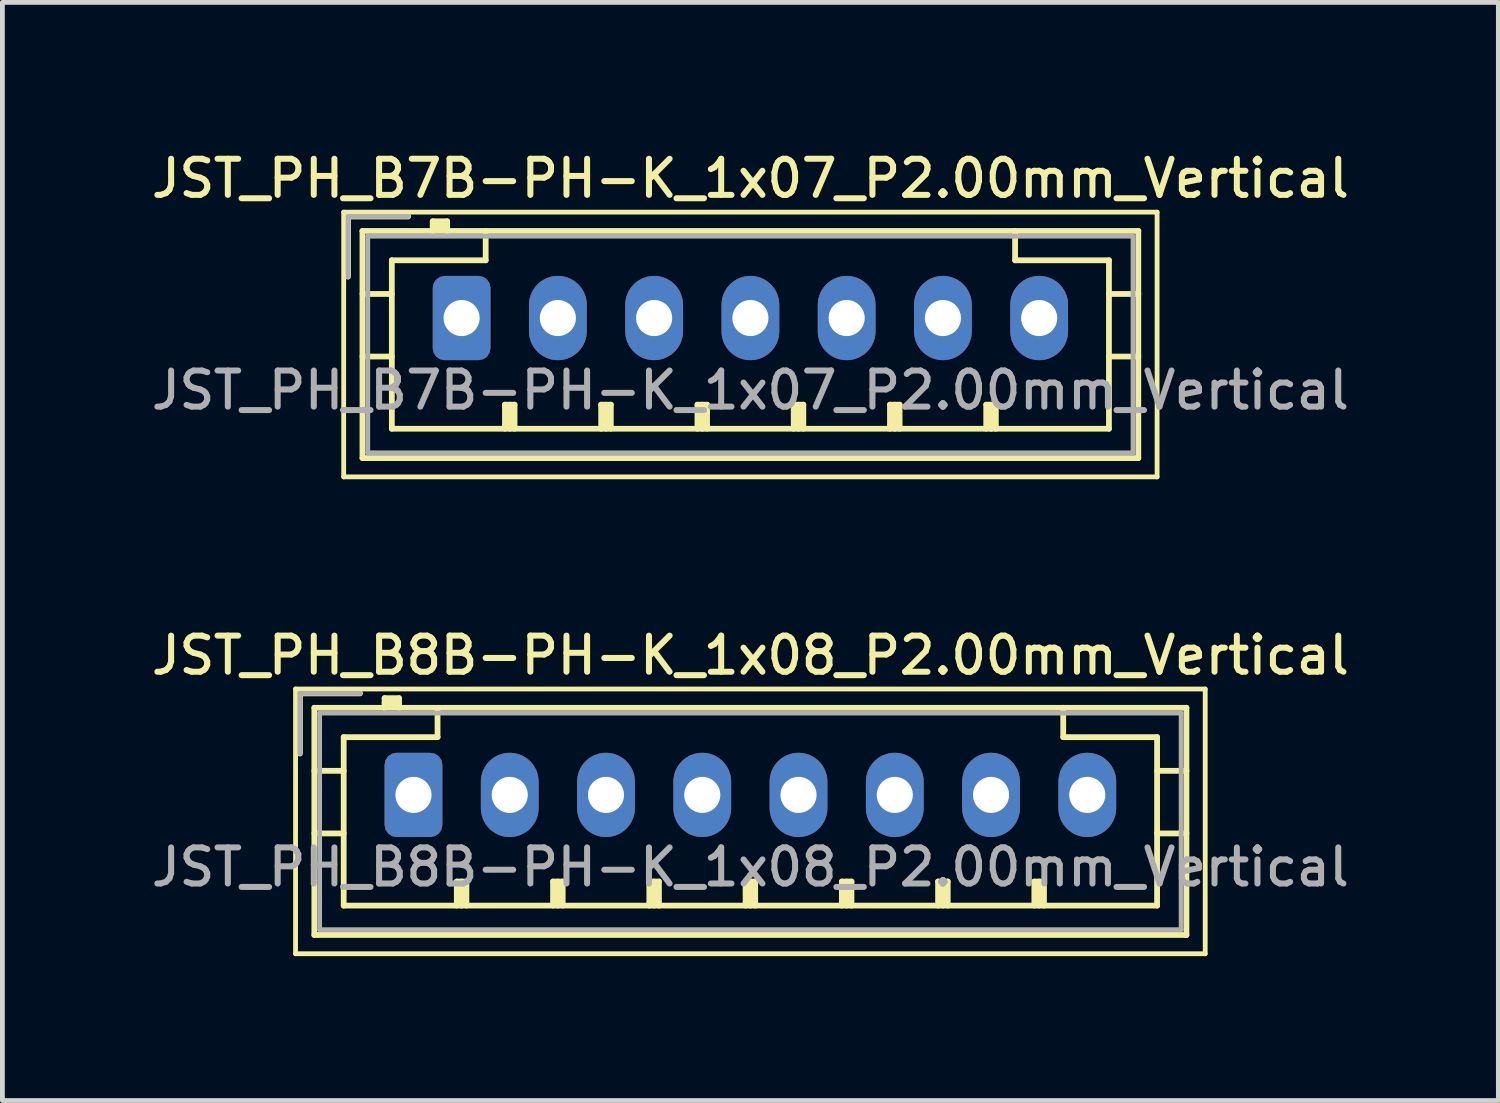
<source format=kicad_pcb>
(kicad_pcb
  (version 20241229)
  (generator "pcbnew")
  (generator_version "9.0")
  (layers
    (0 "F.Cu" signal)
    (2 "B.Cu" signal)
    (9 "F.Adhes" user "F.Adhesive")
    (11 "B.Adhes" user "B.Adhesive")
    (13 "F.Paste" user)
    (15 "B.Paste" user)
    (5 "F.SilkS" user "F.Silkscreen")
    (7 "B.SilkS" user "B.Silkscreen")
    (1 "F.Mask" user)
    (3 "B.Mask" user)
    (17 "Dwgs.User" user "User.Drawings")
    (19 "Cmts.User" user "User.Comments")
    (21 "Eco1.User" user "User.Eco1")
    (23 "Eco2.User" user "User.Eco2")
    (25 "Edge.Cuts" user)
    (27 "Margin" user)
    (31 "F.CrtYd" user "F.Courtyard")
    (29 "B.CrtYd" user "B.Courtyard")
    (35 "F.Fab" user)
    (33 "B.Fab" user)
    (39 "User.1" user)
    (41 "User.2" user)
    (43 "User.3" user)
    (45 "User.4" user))
  (footprint "JST_PH_B8B-PH-K_1x08_P2.00mm_Vertical"
    (layer "F.Cu")
    (at 5.541 13.466)
    (property "Reference" "JST_PH_B8B-PH-K_1x08_P2.00mm_Vertical" (at 7 -2.9 0) (layer "F.SilkS") (effects (font (size 0.75 0.75) (thickness 0.125))))
    (attr through_hole)
    (fp_line (start -2.45 -2.2) (end -2.45 3.3) (stroke (width 0.1) (type solid)) (layer "F.SilkS"))
    (fp_line (start -2.45 3.3) (end 16.45 3.3) (stroke (width 0.1) (type solid)) (layer "F.SilkS"))
    (fp_line (start -2.36 -2.11) (end -2.36 -0.86) (stroke (width 0.12) (type solid)) (layer "F.SilkS"))
    (fp_line (start -2.06 -1.81) (end -2.06 2.91) (stroke (width 0.12) (type solid)) (layer "F.SilkS"))
    (fp_line (start -2.06 -0.5) (end -1.45 -0.5) (stroke (width 0.12) (type solid)) (layer "F.SilkS"))
    (fp_line (start -2.06 0.8) (end -1.45 0.8) (stroke (width 0.12) (type solid)) (layer "F.SilkS"))
    (fp_line (start -2.06 2.91) (end 16.06 2.91) (stroke (width 0.12) (type solid)) (layer "F.SilkS"))
    (fp_line (start -1.45 -1.2) (end -1.45 2.3) (stroke (width 0.12) (type solid)) (layer "F.SilkS"))
    (fp_line (start -1.45 2.3) (end 15.45 2.3) (stroke (width 0.12) (type solid)) (layer "F.SilkS"))
    (fp_line (start -1.11 -2.11) (end -2.36 -2.11) (stroke (width 0.12) (type solid)) (layer "F.SilkS"))
    (fp_line (start -0.6 -2.01) (end -0.6 -1.81) (stroke (width 0.12) (type solid)) (layer "F.SilkS"))
    (fp_line (start -0.3 -2.01) (end -0.6 -2.01) (stroke (width 0.12) (type solid)) (layer "F.SilkS"))
    (fp_line (start -0.3 -1.91) (end -0.6 -1.91) (stroke (width 0.12) (type solid)) (layer "F.SilkS"))
    (fp_line (start -0.3 -1.81) (end -0.3 -2.01) (stroke (width 0.12) (type solid)) (layer "F.SilkS"))
    (fp_line (start 0.5 -1.81) (end 0.5 -1.2) (stroke (width 0.12) (type solid)) (layer "F.SilkS"))
    (fp_line (start 0.5 -1.2) (end -1.45 -1.2) (stroke (width 0.12) (type solid)) (layer "F.SilkS"))
    (fp_line (start 0.9 1.8) (end 1.1 1.8) (stroke (width 0.12) (type solid)) (layer "F.SilkS"))
    (fp_line (start 0.9 2.3) (end 0.9 1.8) (stroke (width 0.12) (type solid)) (layer "F.SilkS"))
    (fp_line (start 1 2.3) (end 1 1.8) (stroke (width 0.12) (type solid)) (layer "F.SilkS"))
    (fp_line (start 1.1 1.8) (end 1.1 2.3) (stroke (width 0.12) (type solid)) (layer "F.SilkS"))
    (fp_line (start 2.9 1.8) (end 3.1 1.8) (stroke (width 0.12) (type solid)) (layer "F.SilkS"))
    (fp_line (start 2.9 2.3) (end 2.9 1.8) (stroke (width 0.12) (type solid)) (layer "F.SilkS"))
    (fp_line (start 3 2.3) (end 3 1.8) (stroke (width 0.12) (type solid)) (layer "F.SilkS"))
    (fp_line (start 3.1 1.8) (end 3.1 2.3) (stroke (width 0.12) (type solid)) (layer "F.SilkS"))
    (fp_line (start 4.9 1.8) (end 5.1 1.8) (stroke (width 0.12) (type solid)) (layer "F.SilkS"))
    (fp_line (start 4.9 2.3) (end 4.9 1.8) (stroke (width 0.12) (type solid)) (layer "F.SilkS"))
    (fp_line (start 5 2.3) (end 5 1.8) (stroke (width 0.12) (type solid)) (layer "F.SilkS"))
    (fp_line (start 5.1 1.8) (end 5.1 2.3) (stroke (width 0.12) (type solid)) (layer "F.SilkS"))
    (fp_line (start 6.9 1.8) (end 7.1 1.8) (stroke (width 0.12) (type solid)) (layer "F.SilkS"))
    (fp_line (start 6.9 2.3) (end 6.9 1.8) (stroke (width 0.12) (type solid)) (layer "F.SilkS"))
    (fp_line (start 7 2.3) (end 7 1.8) (stroke (width 0.12) (type solid)) (layer "F.SilkS"))
    (fp_line (start 7.1 1.8) (end 7.1 2.3) (stroke (width 0.12) (type solid)) (layer "F.SilkS"))
    (fp_line (start 8.9 1.8) (end 9.1 1.8) (stroke (width 0.12) (type solid)) (layer "F.SilkS"))
    (fp_line (start 8.9 2.3) (end 8.9 1.8) (stroke (width 0.12) (type solid)) (layer "F.SilkS"))
    (fp_line (start 9 2.3) (end 9 1.8) (stroke (width 0.12) (type solid)) (layer "F.SilkS"))
    (fp_line (start 9.1 1.8) (end 9.1 2.3) (stroke (width 0.12) (type solid)) (layer "F.SilkS"))
    (fp_line (start 10.9 1.8) (end 11.1 1.8) (stroke (width 0.12) (type solid)) (layer "F.SilkS"))
    (fp_line (start 10.9 2.3) (end 10.9 1.8) (stroke (width 0.12) (type solid)) (layer "F.SilkS"))
    (fp_line (start 11 2.3) (end 11 1.8) (stroke (width 0.12) (type solid)) (layer "F.SilkS"))
    (fp_line (start 11.1 1.8) (end 11.1 2.3) (stroke (width 0.12) (type solid)) (layer "F.SilkS"))
    (fp_line (start 12.9 1.8) (end 13.1 1.8) (stroke (width 0.12) (type solid)) (layer "F.SilkS"))
    (fp_line (start 12.9 2.3) (end 12.9 1.8) (stroke (width 0.12) (type solid)) (layer "F.SilkS"))
    (fp_line (start 13 2.3) (end 13 1.8) (stroke (width 0.12) (type solid)) (layer "F.SilkS"))
    (fp_line (start 13.1 1.8) (end 13.1 2.3) (stroke (width 0.12) (type solid)) (layer "F.SilkS"))
    (fp_line (start 13.5 -1.2) (end 13.5 -1.81) (stroke (width 0.12) (type solid)) (layer "F.SilkS"))
    (fp_line (start 15.45 -1.2) (end 13.5 -1.2) (stroke (width 0.12) (type solid)) (layer "F.SilkS"))
    (fp_line (start 15.45 2.3) (end 15.45 -1.2) (stroke (width 0.12) (type solid)) (layer "F.SilkS"))
    (fp_line (start 16.06 -1.81) (end -2.06 -1.81) (stroke (width 0.12) (type solid)) (layer "F.SilkS"))
    (fp_line (start 16.06 -0.5) (end 15.45 -0.5) (stroke (width 0.12) (type solid)) (layer "F.SilkS"))
    (fp_line (start 16.06 0.8) (end 15.45 0.8) (stroke (width 0.12) (type solid)) (layer "F.SilkS"))
    (fp_line (start 16.06 2.91) (end 16.06 -1.81) (stroke (width 0.12) (type solid)) (layer "F.SilkS"))
    (fp_line (start 16.45 -2.2) (end -2.45 -2.2) (stroke (width 0.1) (type solid)) (layer "F.SilkS"))
    (fp_line (start 16.45 3.3) (end 16.45 -2.2) (stroke (width 0.1) (type solid)) (layer "F.SilkS"))
    (fp_line (start -2.36 -2.11) (end -2.36 -0.86) (stroke (width 0.1) (type solid)) (layer "F.Fab"))
    (fp_line (start -1.95 -1.7) (end -1.95 2.8) (stroke (width 0.1) (type solid)) (layer "F.Fab"))
    (fp_line (start -1.95 2.8) (end 15.95 2.8) (stroke (width 0.1) (type solid)) (layer "F.Fab"))
    (fp_line (start -1.11 -2.11) (end -2.36 -2.11) (stroke (width 0.1) (type solid)) (layer "F.Fab"))
    (fp_line (start 15.95 -1.7) (end -1.95 -1.7) (stroke (width 0.1) (type solid)) (layer "F.Fab"))
    (fp_line (start 15.95 2.8) (end 15.95 -1.7) (stroke (width 0.1) (type solid)) (layer "F.Fab"))
    (fp_text user "${REFERENCE}" (at 7 1.5 0) (layer "F.Fab") (effects (font (size 0.75 0.75) (thickness 0.125))))
    (pad "1" thru_hole roundrect (at 0 0) (size 1.2 1.75) (drill 0.75) (layers "*.Cu" "*.Mask") (roundrect_rratio 0.208))
    (pad "2" thru_hole oval (at 2 0) (size 1.2 1.75) (drill 0.75) (layers "*.Cu" "*.Mask"))
    (pad "3" thru_hole oval (at 4 0) (size 1.2 1.75) (drill 0.75) (layers "*.Cu" "*.Mask"))
    (pad "4" thru_hole oval (at 6 0) (size 1.2 1.75) (drill 0.75) (layers "*.Cu" "*.Mask"))
    (pad "5" thru_hole oval (at 8 0) (size 1.2 1.75) (drill 0.75) (layers "*.Cu" "*.Mask"))
    (pad "6" thru_hole oval (at 10 0) (size 1.2 1.75) (drill 0.75) (layers "*.Cu" "*.Mask"))
    (pad "7" thru_hole oval (at 12 0) (size 1.2 1.75) (drill 0.75) (layers "*.Cu" "*.Mask"))
    (pad "8" thru_hole oval (at 14 0) (size 1.2 1.75) (drill 0.75) (layers "*.Cu" "*.Mask")))
  (footprint "JST_PH_B7B-PH-K_1x07_P2.00mm_Vertical"
    (layer "F.Cu")
    (at 6.541 3.558)
    (property "Reference" "JST_PH_B7B-PH-K_1x07_P2.00mm_Vertical" (at 6 -2.9 0) (layer "F.SilkS") (effects (font (size 0.75 0.75) (thickness 0.125))))
    (attr through_hole)
    (fp_line (start -2.45 -2.2) (end -2.45 3.3) (stroke (width 0.1) (type solid)) (layer "F.SilkS"))
    (fp_line (start -2.45 3.3) (end 14.45 3.3) (stroke (width 0.1) (type solid)) (layer "F.SilkS"))
    (fp_line (start -2.36 -2.11) (end -2.36 -0.86) (stroke (width 0.12) (type solid)) (layer "F.SilkS"))
    (fp_line (start -2.06 -1.81) (end -2.06 2.91) (stroke (width 0.12) (type solid)) (layer "F.SilkS"))
    (fp_line (start -2.06 -0.5) (end -1.45 -0.5) (stroke (width 0.12) (type solid)) (layer "F.SilkS"))
    (fp_line (start -2.06 0.8) (end -1.45 0.8) (stroke (width 0.12) (type solid)) (layer "F.SilkS"))
    (fp_line (start -2.06 2.91) (end 14.06 2.91) (stroke (width 0.12) (type solid)) (layer "F.SilkS"))
    (fp_line (start -1.45 -1.2) (end -1.45 2.3) (stroke (width 0.12) (type solid)) (layer "F.SilkS"))
    (fp_line (start -1.45 2.3) (end 13.45 2.3) (stroke (width 0.12) (type solid)) (layer "F.SilkS"))
    (fp_line (start -1.11 -2.11) (end -2.36 -2.11) (stroke (width 0.12) (type solid)) (layer "F.SilkS"))
    (fp_line (start -0.6 -2.01) (end -0.6 -1.81) (stroke (width 0.12) (type solid)) (layer "F.SilkS"))
    (fp_line (start -0.3 -2.01) (end -0.6 -2.01) (stroke (width 0.12) (type solid)) (layer "F.SilkS"))
    (fp_line (start -0.3 -1.91) (end -0.6 -1.91) (stroke (width 0.12) (type solid)) (layer "F.SilkS"))
    (fp_line (start -0.3 -1.81) (end -0.3 -2.01) (stroke (width 0.12) (type solid)) (layer "F.SilkS"))
    (fp_line (start 0.5 -1.81) (end 0.5 -1.2) (stroke (width 0.12) (type solid)) (layer "F.SilkS"))
    (fp_line (start 0.5 -1.2) (end -1.45 -1.2) (stroke (width 0.12) (type solid)) (layer "F.SilkS"))
    (fp_line (start 0.9 1.8) (end 1.1 1.8) (stroke (width 0.12) (type solid)) (layer "F.SilkS"))
    (fp_line (start 0.9 2.3) (end 0.9 1.8) (stroke (width 0.12) (type solid)) (layer "F.SilkS"))
    (fp_line (start 1 2.3) (end 1 1.8) (stroke (width 0.12) (type solid)) (layer "F.SilkS"))
    (fp_line (start 1.1 1.8) (end 1.1 2.3) (stroke (width 0.12) (type solid)) (layer "F.SilkS"))
    (fp_line (start 2.9 1.8) (end 3.1 1.8) (stroke (width 0.12) (type solid)) (layer "F.SilkS"))
    (fp_line (start 2.9 2.3) (end 2.9 1.8) (stroke (width 0.12) (type solid)) (layer "F.SilkS"))
    (fp_line (start 3 2.3) (end 3 1.8) (stroke (width 0.12) (type solid)) (layer "F.SilkS"))
    (fp_line (start 3.1 1.8) (end 3.1 2.3) (stroke (width 0.12) (type solid)) (layer "F.SilkS"))
    (fp_line (start 4.9 1.8) (end 5.1 1.8) (stroke (width 0.12) (type solid)) (layer "F.SilkS"))
    (fp_line (start 4.9 2.3) (end 4.9 1.8) (stroke (width 0.12) (type solid)) (layer "F.SilkS"))
    (fp_line (start 5 2.3) (end 5 1.8) (stroke (width 0.12) (type solid)) (layer "F.SilkS"))
    (fp_line (start 5.1 1.8) (end 5.1 2.3) (stroke (width 0.12) (type solid)) (layer "F.SilkS"))
    (fp_line (start 6.9 1.8) (end 7.1 1.8) (stroke (width 0.12) (type solid)) (layer "F.SilkS"))
    (fp_line (start 6.9 2.3) (end 6.9 1.8) (stroke (width 0.12) (type solid)) (layer "F.SilkS"))
    (fp_line (start 7 2.3) (end 7 1.8) (stroke (width 0.12) (type solid)) (layer "F.SilkS"))
    (fp_line (start 7.1 1.8) (end 7.1 2.3) (stroke (width 0.12) (type solid)) (layer "F.SilkS"))
    (fp_line (start 8.9 1.8) (end 9.1 1.8) (stroke (width 0.12) (type solid)) (layer "F.SilkS"))
    (fp_line (start 8.9 2.3) (end 8.9 1.8) (stroke (width 0.12) (type solid)) (layer "F.SilkS"))
    (fp_line (start 9 2.3) (end 9 1.8) (stroke (width 0.12) (type solid)) (layer "F.SilkS"))
    (fp_line (start 9.1 1.8) (end 9.1 2.3) (stroke (width 0.12) (type solid)) (layer "F.SilkS"))
    (fp_line (start 10.9 1.8) (end 11.1 1.8) (stroke (width 0.12) (type solid)) (layer "F.SilkS"))
    (fp_line (start 10.9 2.3) (end 10.9 1.8) (stroke (width 0.12) (type solid)) (layer "F.SilkS"))
    (fp_line (start 11 2.3) (end 11 1.8) (stroke (width 0.12) (type solid)) (layer "F.SilkS"))
    (fp_line (start 11.1 1.8) (end 11.1 2.3) (stroke (width 0.12) (type solid)) (layer "F.SilkS"))
    (fp_line (start 11.5 -1.2) (end 11.5 -1.81) (stroke (width 0.12) (type solid)) (layer "F.SilkS"))
    (fp_line (start 13.45 -1.2) (end 11.5 -1.2) (stroke (width 0.12) (type solid)) (layer "F.SilkS"))
    (fp_line (start 13.45 2.3) (end 13.45 -1.2) (stroke (width 0.12) (type solid)) (layer "F.SilkS"))
    (fp_line (start 14.06 -1.81) (end -2.06 -1.81) (stroke (width 0.12) (type solid)) (layer "F.SilkS"))
    (fp_line (start 14.06 -0.5) (end 13.45 -0.5) (stroke (width 0.12) (type solid)) (layer "F.SilkS"))
    (fp_line (start 14.06 0.8) (end 13.45 0.8) (stroke (width 0.12) (type solid)) (layer "F.SilkS"))
    (fp_line (start 14.06 2.91) (end 14.06 -1.81) (stroke (width 0.12) (type solid)) (layer "F.SilkS"))
    (fp_line (start 14.45 -2.2) (end -2.45 -2.2) (stroke (width 0.1) (type solid)) (layer "F.SilkS"))
    (fp_line (start 14.45 3.3) (end 14.45 -2.2) (stroke (width 0.1) (type solid)) (layer "F.SilkS"))
    (fp_line (start -2.36 -2.11) (end -2.36 -0.86) (stroke (width 0.1) (type solid)) (layer "F.Fab"))
    (fp_line (start -1.95 -1.7) (end -1.95 2.8) (stroke (width 0.1) (type solid)) (layer "F.Fab"))
    (fp_line (start -1.95 2.8) (end 13.95 2.8) (stroke (width 0.1) (type solid)) (layer "F.Fab"))
    (fp_line (start -1.11 -2.11) (end -2.36 -2.11) (stroke (width 0.1) (type solid)) (layer "F.Fab"))
    (fp_line (start 13.95 -1.7) (end -1.95 -1.7) (stroke (width 0.1) (type solid)) (layer "F.Fab"))
    (fp_line (start 13.95 2.8) (end 13.95 -1.7) (stroke (width 0.1) (type solid)) (layer "F.Fab"))
    (fp_text user "${REFERENCE}" (at 6 1.5 0) (layer "F.Fab") (effects (font (size 0.75 0.75) (thickness 0.125))))
    (pad "1" thru_hole roundrect (at 0 0) (size 1.2 1.75) (drill 0.75) (layers "*.Cu" "*.Mask") (roundrect_rratio 0.208))
    (pad "2" thru_hole oval (at 2 0) (size 1.2 1.75) (drill 0.75) (layers "*.Cu" "*.Mask"))
    (pad "3" thru_hole oval (at 4 0) (size 1.2 1.75) (drill 0.75) (layers "*.Cu" "*.Mask"))
    (pad "4" thru_hole oval (at 6 0) (size 1.2 1.75) (drill 0.75) (layers "*.Cu" "*.Mask"))
    (pad "5" thru_hole oval (at 8 0) (size 1.2 1.75) (drill 0.75) (layers "*.Cu" "*.Mask"))
    (pad "6" thru_hole oval (at 10 0) (size 1.2 1.75) (drill 0.75) (layers "*.Cu" "*.Mask"))
    (pad "7" thru_hole oval (at 12 0) (size 1.2 1.75) (drill 0.75) (layers "*.Cu" "*.Mask")))
  (gr_rect
    (start -3 -3)
    (end 28.082 19.816)
    (stroke (width 0.1) (type default))
    (fill no)
    (layer "Edge.Cuts")))
</source>
